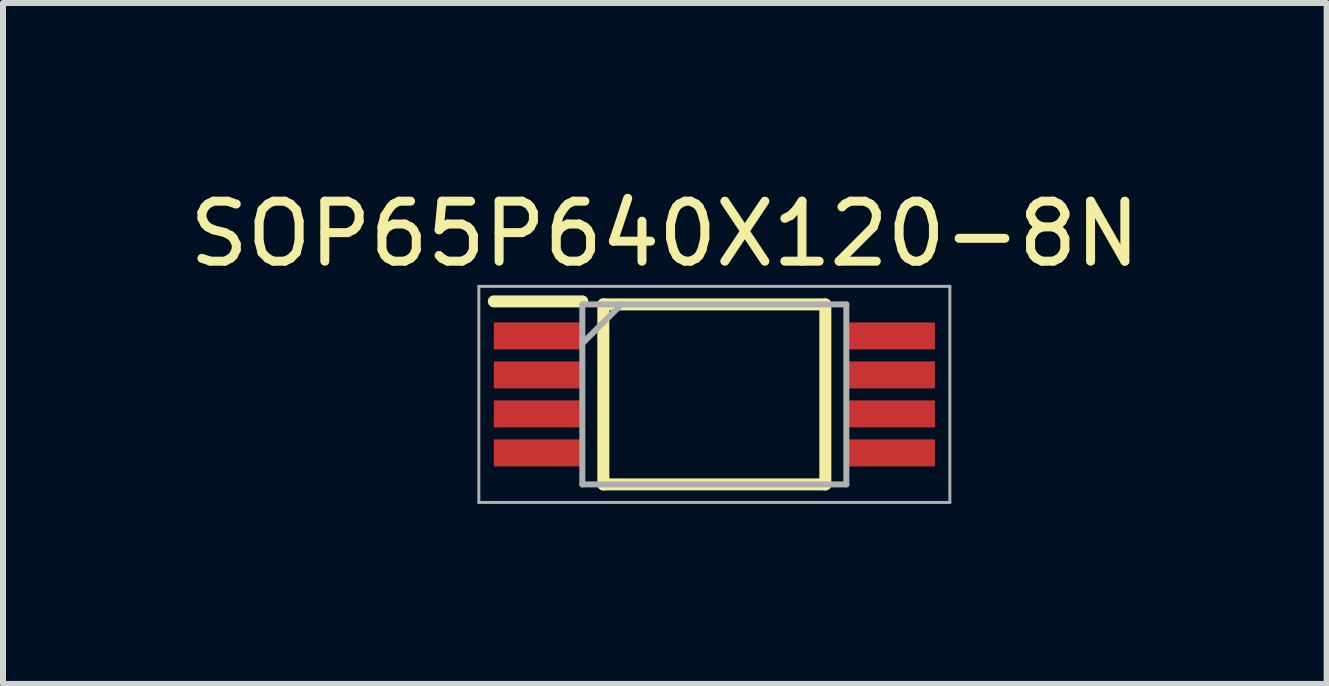
<source format=kicad_pcb>
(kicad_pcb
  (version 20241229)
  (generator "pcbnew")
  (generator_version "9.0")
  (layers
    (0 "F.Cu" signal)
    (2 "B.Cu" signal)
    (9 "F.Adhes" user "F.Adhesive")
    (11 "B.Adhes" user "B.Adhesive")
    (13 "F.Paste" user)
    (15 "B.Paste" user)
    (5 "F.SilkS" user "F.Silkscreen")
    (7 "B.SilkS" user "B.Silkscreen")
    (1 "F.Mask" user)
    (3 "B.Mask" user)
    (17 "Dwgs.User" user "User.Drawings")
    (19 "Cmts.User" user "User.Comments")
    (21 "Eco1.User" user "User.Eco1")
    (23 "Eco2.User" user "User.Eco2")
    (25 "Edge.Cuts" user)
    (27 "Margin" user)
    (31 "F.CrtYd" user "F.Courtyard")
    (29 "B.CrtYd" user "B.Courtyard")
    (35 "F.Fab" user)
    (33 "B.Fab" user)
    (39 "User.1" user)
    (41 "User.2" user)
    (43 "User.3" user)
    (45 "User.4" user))
  (footprint "SOP65P640X120-8N"
    (layer "F.Cu")
    (at 8.855 3.523)
    (property "Reference" "SOP65P640X120-8N" (at -0.825 -2.675 0) (layer "F.SilkS") (effects (font (size 1 1) (thickness 0.15))))
    (attr smd)
    (fp_line (start -3.675 -1.55) (end -2.2 -1.55) (stroke (width 0.2) (type solid)) (layer "F.SilkS"))
    (fp_line (start -1.85 -1.5) (end 1.85 -1.5) (stroke (width 0.2) (type solid)) (layer "F.SilkS"))
    (fp_line (start -1.85 1.5) (end -1.85 -1.5) (stroke (width 0.2) (type solid)) (layer "F.SilkS"))
    (fp_line (start 1.85 -1.5) (end 1.85 1.5) (stroke (width 0.2) (type solid)) (layer "F.SilkS"))
    (fp_line (start 1.85 1.5) (end -1.85 1.5) (stroke (width 0.2) (type solid)) (layer "F.SilkS"))
    (fp_line (start -3.925 -1.8) (end 3.925 -1.8) (stroke (width 0.05) (type solid)) (layer "F.Fab"))
    (fp_line (start -3.925 1.8) (end -3.925 -1.8) (stroke (width 0.05) (type solid)) (layer "F.Fab"))
    (fp_line (start -2.2 -1.5) (end 2.2 -1.5) (stroke (width 0.1) (type solid)) (layer "F.Fab"))
    (fp_line (start -2.2 -0.85) (end -1.55 -1.5) (stroke (width 0.1) (type solid)) (layer "F.Fab"))
    (fp_line (start -2.2 1.5) (end -2.2 -1.5) (stroke (width 0.1) (type solid)) (layer "F.Fab"))
    (fp_line (start 2.2 -1.5) (end 2.2 1.5) (stroke (width 0.1) (type solid)) (layer "F.Fab"))
    (fp_line (start 2.2 1.5) (end -2.2 1.5) (stroke (width 0.1) (type solid)) (layer "F.Fab"))
    (fp_line (start 3.925 -1.8) (end 3.925 1.8) (stroke (width 0.05) (type solid)) (layer "F.Fab"))
    (fp_line (start 3.925 1.8) (end -3.925 1.8) (stroke (width 0.05) (type solid)) (layer "F.Fab"))
    (pad "1" smd rect (at -2.938 -0.975) (size 1.475 0.45) (layers "F.Cu" "F.Mask" "F.Paste"))
    (pad "2" smd rect (at -2.938 -0.325) (size 1.475 0.45) (layers "F.Cu" "F.Mask" "F.Paste"))
    (pad "3" smd rect (at -2.938 0.325) (size 1.475 0.45) (layers "F.Cu" "F.Mask" "F.Paste"))
    (pad "4" smd rect (at -2.938 0.975) (size 1.475 0.45) (layers "F.Cu" "F.Mask" "F.Paste"))
    (pad "5" smd rect (at 2.938 0.975) (size 1.475 0.45) (layers "F.Cu" "F.Mask" "F.Paste"))
    (pad "6" smd rect (at 2.938 0.325) (size 1.475 0.45) (layers "F.Cu" "F.Mask" "F.Paste"))
    (pad "7" smd rect (at 2.938 -0.325) (size 1.475 0.45) (layers "F.Cu" "F.Mask" "F.Paste"))
    (pad "8" smd rect (at 2.938 -0.975) (size 1.475 0.45) (layers "F.Cu" "F.Mask" "F.Paste")))
  (gr_rect
    (start -3 -3)
    (end 19.06 8.348)
    (stroke (width 0.1) (type default))
    (fill no)
    (layer "Edge.Cuts")))
</source>
